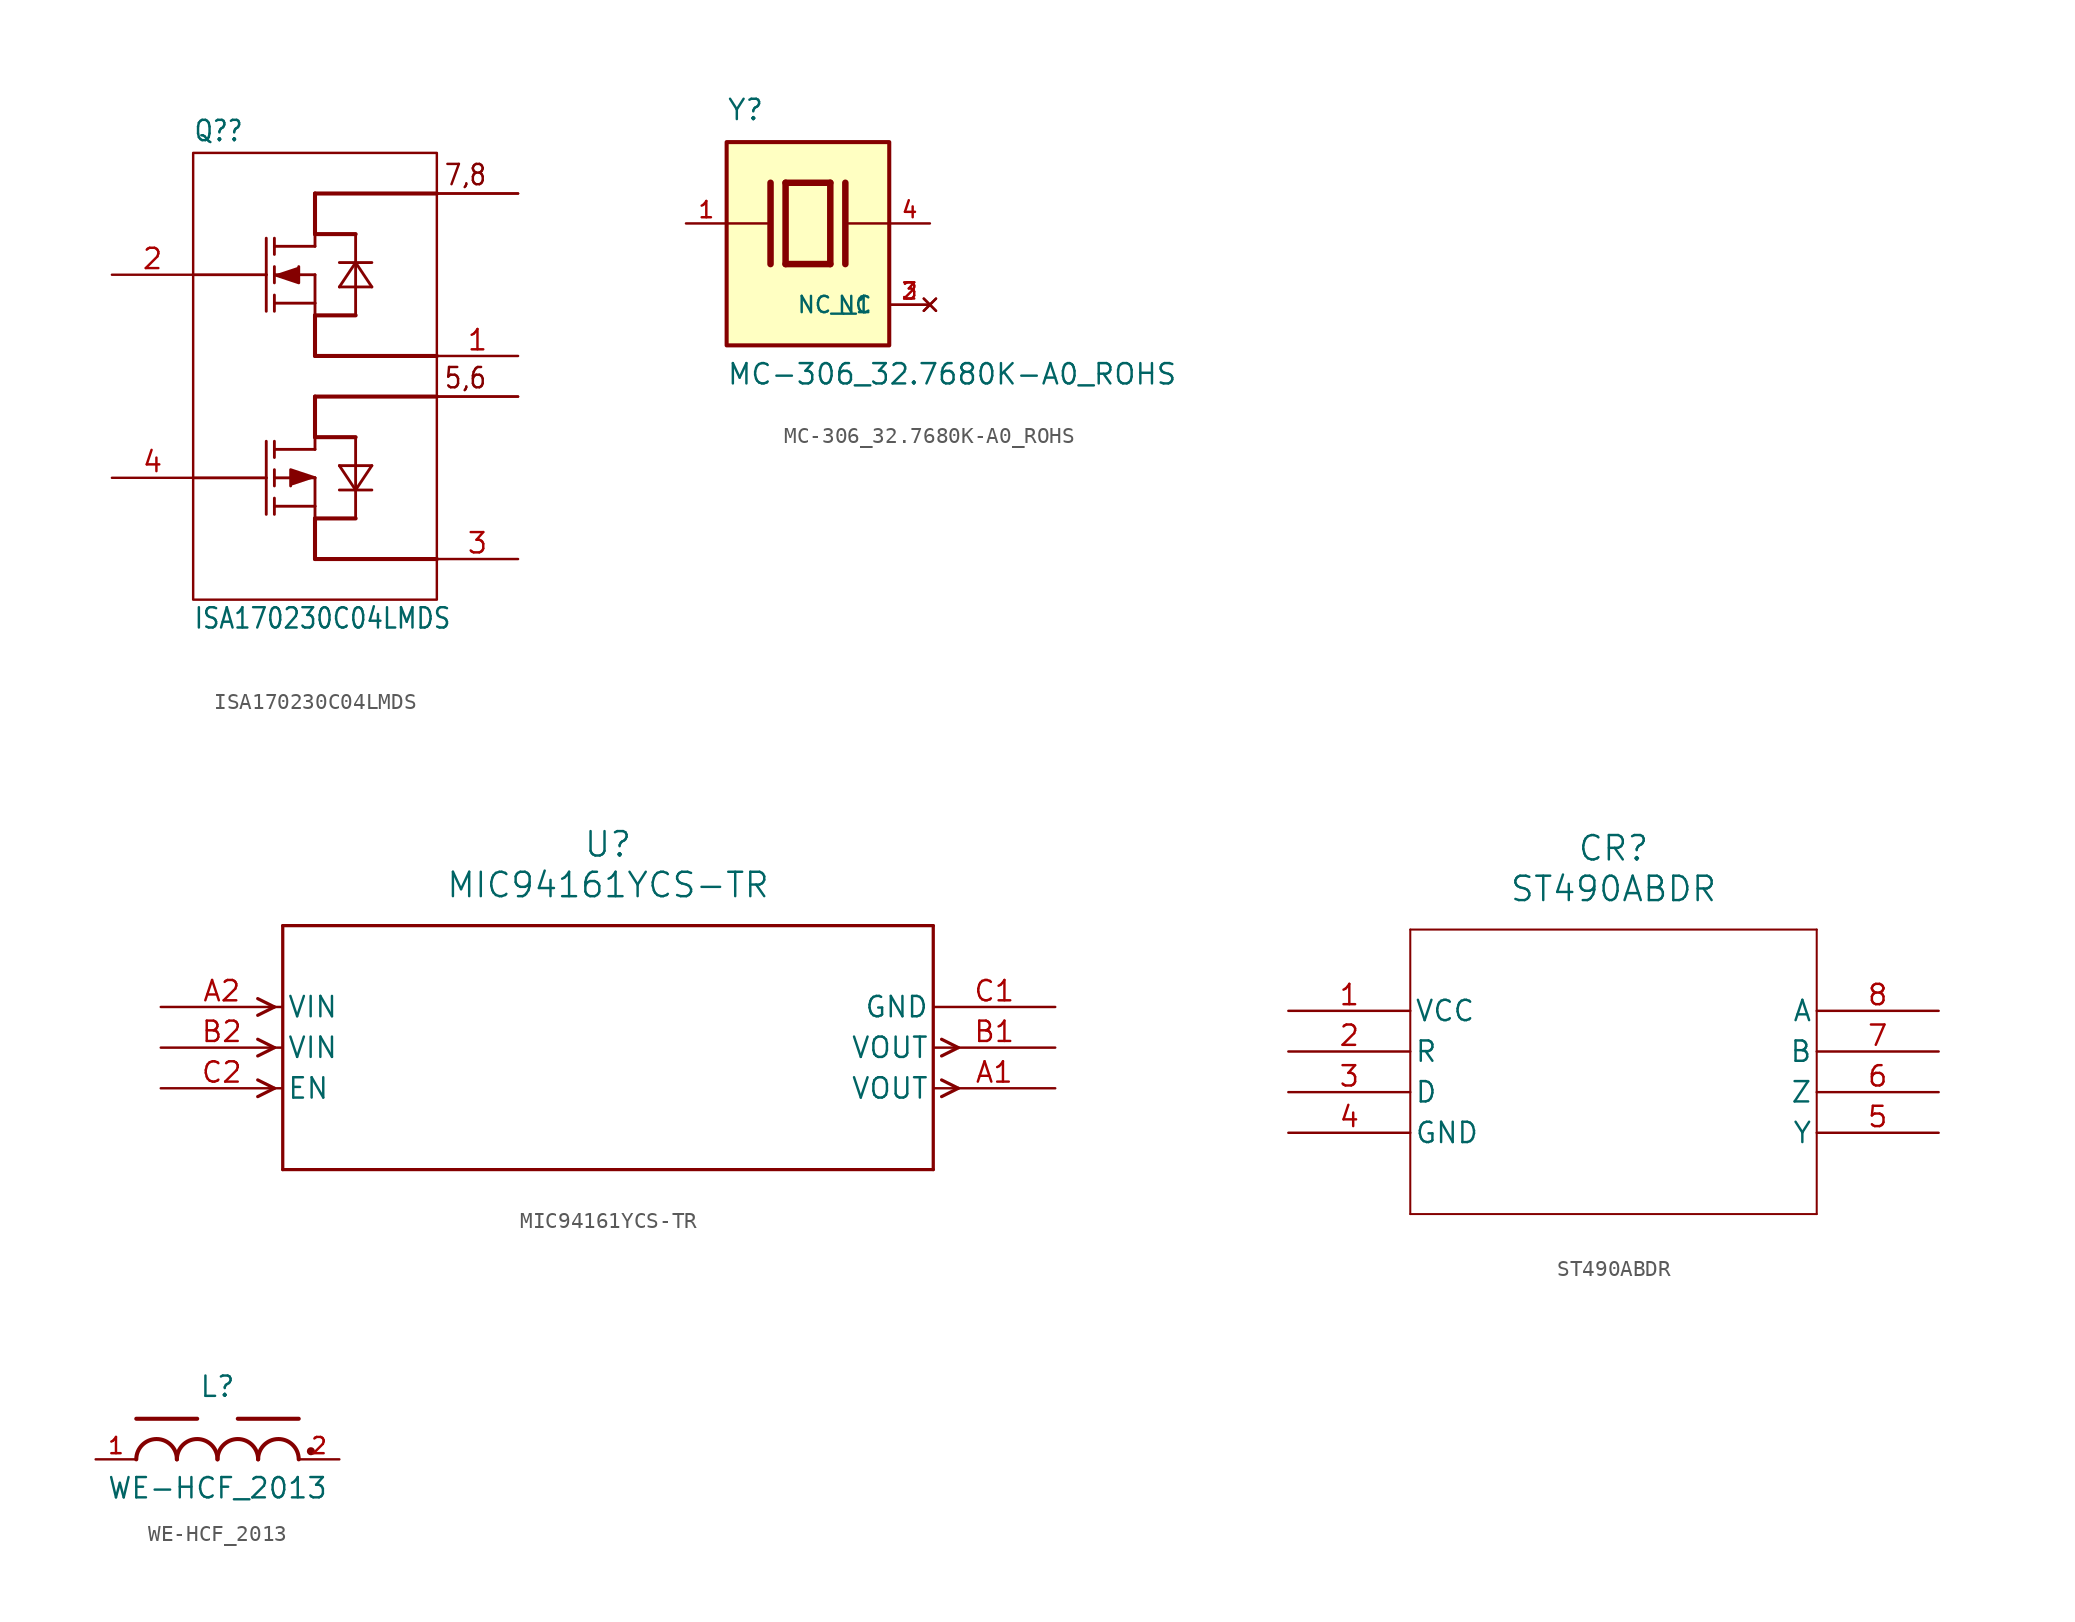
<source format=kicad_sym>
(kicad_symbol_lib
  (version 20241209)
  (generator "kicad_symbol_editor")
  (generator_version "9.0")
  (symbol "ISA170230C04LMDS"
    (property "Reference" "Q?"
      (at 0 0.635 0)
      (effects (font (size 1.27 1.079)) (justify left bottom)))
    (property "Value" "ISA170230C04LMDS"
      (at 0 -29.845 0)
      (effects (font (size 1.27 1.079)) (justify left bottom)))
    (symbol "ISA170230C04LMDS_0_1"
      (rectangle (start 0 0) (end 15.24 -27.94) (stroke (width 0) (type default)) (fill (type none))))
    (symbol "ISA170230C04LMDS_1_0"
      (polyline (pts (xy 4.572 -5.334) (xy 4.572 -7.62)) (stroke (width 0.178) (type solid)) (fill (type none)))
      (polyline (pts (xy 4.572 -7.62) (xy 0 -7.62)) (stroke (width 0.178) (type solid)) (fill (type none)))
      (polyline (pts (xy 4.572 -7.62) (xy 4.572 -9.906)) (stroke (width 0.178) (type solid)) (fill (type none)))
      (polyline (pts (xy 4.572 -18.034) (xy 4.572 -20.32)) (stroke (width 0.178) (type solid)) (fill (type none)))
      (polyline (pts (xy 4.572 -20.32) (xy 0 -20.32)) (stroke (width 0.178) (type solid)) (fill (type none)))
      (polyline (pts (xy 4.572 -20.32) (xy 4.572 -22.606)) (stroke (width 0.178) (type solid)) (fill (type none)))
      (polyline (pts (xy 5.08 -5.334) (xy 5.08 -5.842)) (stroke (width 0.178) (type solid)) (fill (type none)))
      (polyline (pts (xy 5.08 -5.842) (xy 5.08 -6.35)) (stroke (width 0.178) (type solid)) (fill (type none)))
      (polyline (pts (xy 5.08 -5.842) (xy 7.62 -5.842)) (stroke (width 0.178) (type solid)) (fill (type none)))
      (polyline (pts (xy 5.08 -7.112) (xy 5.08 -7.62)) (stroke (width 0.178) (type solid)) (fill (type none)))
      (polyline (pts (xy 5.08 -7.62) (xy 5.08 -8.128)) (stroke (width 0.178) (type solid)) (fill (type none)))
      (polyline (pts (xy 5.08 -7.62) (xy 7.62 -7.62)) (stroke (width 0.178) (type solid)) (fill (type none)))
      (polyline (pts (xy 5.08 -7.62) (xy 6.604 -8.128) (xy 6.604 -7.112)) (stroke (width 0.178) (type solid)) (fill (type outline)))
      (polyline (pts (xy 5.08 -8.89) (xy 5.08 -9.398)) (stroke (width 0.178) (type solid)) (fill (type none)))
      (polyline (pts (xy 5.08 -9.398) (xy 5.08 -9.906)) (stroke (width 0.178) (type solid)) (fill (type none)))
      (polyline (pts (xy 5.08 -9.398) (xy 7.62 -9.398)) (stroke (width 0.178) (type solid)) (fill (type none)))
      (polyline (pts (xy 5.08 -18.034) (xy 5.08 -18.542)) (stroke (width 0.178) (type solid)) (fill (type none)))
      (polyline (pts (xy 5.08 -18.542) (xy 5.08 -19.05)) (stroke (width 0.178) (type solid)) (fill (type none)))
      (polyline (pts (xy 5.08 -18.542) (xy 7.62 -18.542)) (stroke (width 0.178) (type solid)) (fill (type none)))
      (polyline (pts (xy 5.08 -19.812) (xy 5.08 -20.32)) (stroke (width 0.178) (type solid)) (fill (type none)))
      (polyline (pts (xy 5.08 -20.32) (xy 5.08 -20.828)) (stroke (width 0.178) (type solid)) (fill (type none)))
      (polyline (pts (xy 5.08 -20.32) (xy 7.62 -20.32)) (stroke (width 0.178) (type solid)) (fill (type none)))
      (polyline (pts (xy 5.08 -21.59) (xy 5.08 -22.098)) (stroke (width 0.178) (type solid)) (fill (type none)))
      (polyline (pts (xy 5.08 -22.098) (xy 5.08 -22.606)) (stroke (width 0.178) (type solid)) (fill (type none)))
      (polyline (pts (xy 5.08 -22.098) (xy 7.62 -22.098)) (stroke (width 0.178) (type solid)) (fill (type none)))
      (polyline (pts (xy 7.62 -2.54) (xy 15.24 -2.54)) (stroke (width 0.254) (type solid)) (fill (type none)))
      (polyline (pts (xy 7.62 -5.08) (xy 7.62 -2.54)) (stroke (width 0.254) (type solid)) (fill (type none)))
      (polyline (pts (xy 7.62 -5.08) (xy 10.16 -5.08)) (stroke (width 0.254) (type solid)) (fill (type none)))
      (polyline (pts (xy 7.62 -5.842) (xy 7.62 -5.08)) (stroke (width 0.178) (type solid)) (fill (type none)))
      (polyline (pts (xy 7.62 -7.62) (xy 7.62 -9.398)) (stroke (width 0.178) (type solid)) (fill (type none)))
      (polyline (pts (xy 7.62 -9.398) (xy 7.62 -10.16)) (stroke (width 0.178) (type solid)) (fill (type none)))
      (polyline (pts (xy 7.62 -10.16) (xy 7.62 -12.7)) (stroke (width 0.254) (type solid)) (fill (type none)))
      (polyline (pts (xy 7.62 -10.16) (xy 10.16 -10.16)) (stroke (width 0.254) (type solid)) (fill (type none)))
      (polyline (pts (xy 7.62 -12.7) (xy 15.24 -12.7)) (stroke (width 0.254) (type solid)) (fill (type none)))
      (polyline (pts (xy 7.62 -15.24) (xy 15.24 -15.24)) (stroke (width 0.254) (type solid)) (fill (type none)))
      (polyline (pts (xy 7.62 -17.78) (xy 7.62 -15.24)) (stroke (width 0.254) (type solid)) (fill (type none)))
      (polyline (pts (xy 7.62 -17.78) (xy 10.16 -17.78)) (stroke (width 0.254) (type solid)) (fill (type none)))
      (polyline (pts (xy 7.62 -18.542) (xy 7.62 -17.78)) (stroke (width 0.178) (type solid)) (fill (type none)))
      (polyline (pts (xy 7.62 -20.32) (xy 7.62 -22.098)) (stroke (width 0.178) (type solid)) (fill (type none)))
      (polyline (pts (xy 7.62 -20.32) (xy 6.096 -19.812) (xy 6.096 -20.828)) (stroke (width 0.178) (type solid)) (fill (type outline)))
      (polyline (pts (xy 7.62 -22.098) (xy 7.62 -22.86)) (stroke (width 0.178) (type solid)) (fill (type none)))
      (polyline (pts (xy 7.62 -22.86) (xy 7.62 -25.4)) (stroke (width 0.254) (type solid)) (fill (type none)))
      (polyline (pts (xy 7.62 -22.86) (xy 10.16 -22.86)) (stroke (width 0.254) (type solid)) (fill (type none)))
      (polyline (pts (xy 7.62 -25.4) (xy 15.24 -25.4)) (stroke (width 0.254) (type solid)) (fill (type none)))
      (polyline (pts (xy 9.144 -6.858) (xy 10.16 -6.858)) (stroke (width 0.178) (type solid)) (fill (type none)))
      (polyline (pts (xy 9.144 -8.382) (xy 11.176 -8.382)) (stroke (width 0.178) (type solid)) (fill (type none)))
      (polyline (pts (xy 9.144 -19.558) (xy 10.16 -21.082)) (stroke (width 0.178) (type solid)) (fill (type none)))
      (polyline (pts (xy 10.16 -5.08) (xy 10.16 -6.858)) (stroke (width 0.178) (type solid)) (fill (type none)))
      (polyline (pts (xy 10.16 -6.858) (xy 9.144 -8.382)) (stroke (width 0.178) (type solid)) (fill (type none)))
      (polyline (pts (xy 10.16 -6.858) (xy 10.16 -10.16)) (stroke (width 0.178) (type solid)) (fill (type none)))
      (polyline (pts (xy 10.16 -6.858) (xy 11.176 -6.858)) (stroke (width 0.178) (type solid)) (fill (type none)))
      (polyline (pts (xy 10.16 -21.082) (xy 9.144 -21.082)) (stroke (width 0.178) (type solid)) (fill (type none)))
      (polyline (pts (xy 10.16 -21.082) (xy 10.16 -17.78)) (stroke (width 0.178) (type solid)) (fill (type none)))
      (polyline (pts (xy 10.16 -21.082) (xy 11.176 -19.558)) (stroke (width 0.178) (type solid)) (fill (type none)))
      (polyline (pts (xy 10.16 -22.86) (xy 10.16 -21.082)) (stroke (width 0.178) (type solid)) (fill (type none)))
      (polyline (pts (xy 11.176 -8.382) (xy 10.16 -6.858)) (stroke (width 0.178) (type solid)) (fill (type none)))
      (polyline (pts (xy 11.176 -19.558) (xy 9.144 -19.558)) (stroke (width 0.178) (type solid)) (fill (type none)))
      (polyline (pts (xy 11.176 -21.082) (xy 10.16 -21.082)) (stroke (width 0.178) (type solid)) (fill (type none)))
      (text "7,8" (at 18.415 -0.635 0) (effects (font (size 1.27 1.079)) (justify right top)))
      (text "5,6" (at 18.415 -13.335 0) (effects (font (size 1.27 1.079)) (justify right top)))
      (pin passive line (at -5.08 -7.62 0) (length 5.08) (name "2" (effects (font (size 0 0)))) (number "2" (effects (font (size 1.27 1.27)))))
      (pin passive line (at -5.08 -20.32 0) (length 5.08) (name "4" (effects (font (size 0 0)))) (number "4" (effects (font (size 1.27 1.27)))))
      (pin passive line (at 20.32 -2.54 180) (length 5.08) (name "7" (effects (font (size 0 0)))) (number "7" (effects (font (size 0 0)))))
      (pin passive line (at 20.32 -2.54 180) (length 5.08) (name "8" (effects (font (size 0 0)))) (number "8" (effects (font (size 0 0)))))
      (pin passive line (at 20.32 -12.7 180) (length 5.08) (name "1" (effects (font (size 0 0)))) (number "1" (effects (font (size 1.27 1.27)))))
      (pin passive line (at 20.32 -15.24 180) (length 5.08) (name "5" (effects (font (size 0 0)))) (number "5" (effects (font (size 0 0)))))
      (pin passive line (at 20.32 -15.24 180) (length 5.08) (name "6" (effects (font (size 0 0)))) (number "6" (effects (font (size 0 0)))))
      (pin passive line (at 20.32 -25.4 180) (length 5.08) (name "3" (effects (font (size 0 0)))) (number "3" (effects (font (size 1.27 1.27)))))))
  (symbol "MC-306_32.7680K-A0_ROHS"
    (pin_names
      (offset 1.016))
    (property "Reference" "Y"
      (at -5.088 6.356 0)
      (effects (font (size 1.27 1.27)) (justify left bottom)))
    (property "Value" "MC-306_32.7680K-A0_ROHS"
      (at -5.094 -10.16 0)
      (effects (font (size 1.27 1.27)) (justify left bottom)))
    (symbol "MC-306_32.7680K-A0_ROHS_0_0"
      (polyline (pts (xy -5.08 0) (xy -2.54 0)) (stroke (width 0.152) (type default)) (fill (type none)))
      (rectangle (start -5.08 -7.62) (end 5.08 5.08) (stroke (width 0.254) (type default)) (fill (type background)))
      (polyline (pts (xy -2.337 2.54) (xy -2.337 -2.54)) (stroke (width 0.406) (type default)) (fill (type none)))
      (polyline (pts (xy -1.397 2.54) (xy -1.397 -2.54)) (stroke (width 0.406) (type default)) (fill (type none)))
      (polyline (pts (xy -1.397 2.54) (xy 1.397 2.54)) (stroke (width 0.406) (type default)) (fill (type none)))
      (polyline (pts (xy 1.397 2.54) (xy 1.397 -2.54)) (stroke (width 0.406) (type default)) (fill (type none)))
      (polyline (pts (xy 1.397 -2.54) (xy -1.397 -2.54)) (stroke (width 0.406) (type default)) (fill (type none)))
      (polyline (pts (xy 2.337 2.54) (xy 2.337 -2.54)) (stroke (width 0.406) (type default)) (fill (type none)))
      (polyline (pts (xy 2.54 0) (xy 5.08 0)) (stroke (width 0.152) (type default)) (fill (type none)))
      (pin passive line (at -7.62 0 0) (length 2.54) (name "~" (effects (font (size 1.016 1.016)))) (number "1" (effects (font (size 1.016 1.016)))))
      (pin passive line (at 7.62 0 180) (length 2.54) (name "~" (effects (font (size 1.016 1.016)))) (number "4" (effects (font (size 1.016 1.016)))))
      (pin no_connect line (at 7.62 -5.08 180) (length 2.54) (name "NC" (effects (font (size 1.016 1.016)))) (number "2" (effects (font (size 1.016 1.016)))))
      (pin no_connect line (at 7.62 -5.08 180) (length 2.54) (name "NC__1" (effects (font (size 1.016 1.016)))) (number "3" (effects (font (size 1.016 1.016)))))))
  (symbol "MIC94161YCS-TR"
    (pin_names
      (offset 0.254))
    (property "Reference" "U"
      (at 27.94 10.16 0)
      (effects (font (size 1.524 1.524))))
    (property "Value" "MIC94161YCS-TR"
      (at 27.94 7.62 0)
      (effects (font (size 1.524 1.524))))
    (property "ki_locked" ""
      (at 0 0 0)
      (effects (font (size 1.27 1.27))))
    (symbol "MIC94161YCS-TR_0_1"
      (polyline (pts (xy 7.099 0) (xy 6.058 0.521)) (stroke (width 0.203) (type default)) (fill (type none)))
      (polyline (pts (xy 7.099 0) (xy 6.058 -0.521)) (stroke (width 0.203) (type default)) (fill (type none)))
      (polyline (pts (xy 7.099 -2.54) (xy 6.058 -2.019)) (stroke (width 0.203) (type default)) (fill (type none)))
      (polyline (pts (xy 7.099 -2.54) (xy 6.058 -3.061)) (stroke (width 0.203) (type default)) (fill (type none)))
      (polyline (pts (xy 7.099 -5.08) (xy 6.058 -4.559)) (stroke (width 0.203) (type default)) (fill (type none)))
      (polyline (pts (xy 7.099 -5.08) (xy 6.058 -5.601)) (stroke (width 0.203) (type default)) (fill (type none)))
      (polyline (pts (xy 7.62 5.08) (xy 7.62 -10.16)) (stroke (width 0.203) (type default)) (fill (type none)))
      (polyline (pts (xy 7.62 -10.16) (xy 48.26 -10.16)) (stroke (width 0.203) (type default)) (fill (type none)))
      (polyline (pts (xy 48.26 5.08) (xy 7.62 5.08)) (stroke (width 0.203) (type default)) (fill (type none)))
      (polyline (pts (xy 48.26 -10.16) (xy 48.26 5.08)) (stroke (width 0.203) (type default)) (fill (type none)))
      (polyline (pts (xy 48.781 -2.019) (xy 49.822 -2.54)) (stroke (width 0.203) (type default)) (fill (type none)))
      (polyline (pts (xy 48.781 -3.061) (xy 49.822 -2.54)) (stroke (width 0.203) (type default)) (fill (type none)))
      (polyline (pts (xy 48.781 -4.559) (xy 49.822 -5.08)) (stroke (width 0.203) (type default)) (fill (type none)))
      (polyline (pts (xy 48.781 -5.601) (xy 49.822 -5.08)) (stroke (width 0.203) (type default)) (fill (type none)))
      (pin input line (at 0 0 0) (length 7.62) (name "VIN" (effects (font (size 1.27 1.27)))) (number "A2" (effects (font (size 1.27 1.27)))))
      (pin input line (at 0 -2.54 0) (length 7.62) (name "VIN" (effects (font (size 1.27 1.27)))) (number "B2" (effects (font (size 1.27 1.27)))))
      (pin input line (at 0 -5.08 0) (length 7.62) (name "EN" (effects (font (size 1.27 1.27)))) (number "C2" (effects (font (size 1.27 1.27)))))
      (pin power_in line (at 55.88 0 180) (length 7.62) (name "GND" (effects (font (size 1.27 1.27)))) (number "C1" (effects (font (size 1.27 1.27)))))
      (pin output line (at 55.88 -2.54 180) (length 7.62) (name "VOUT" (effects (font (size 1.27 1.27)))) (number "B1" (effects (font (size 1.27 1.27)))))
      (pin output line (at 55.88 -5.08 180) (length 7.62) (name "VOUT" (effects (font (size 1.27 1.27)))) (number "A1" (effects (font (size 1.27 1.27)))))))
  (symbol "ST490ABDR"
    (pin_names
      (offset 0.254))
    (property "Reference" "CR"
      (at 20.32 10.16 0)
      (effects (font (size 1.524 1.524))))
    (property "Value" "ST490ABDR"
      (at 20.32 7.62 0)
      (effects (font (size 1.524 1.524))))
    (property "ki_locked" ""
      (at 0 0 0)
      (effects (font (size 1.27 1.27))))
    (symbol "ST490ABDR_0_1"
      (polyline (pts (xy 7.62 5.08) (xy 7.62 -12.7)) (stroke (width 0.127) (type default)) (fill (type none)))
      (polyline (pts (xy 7.62 -12.7) (xy 33.02 -12.7)) (stroke (width 0.127) (type default)) (fill (type none)))
      (polyline (pts (xy 33.02 5.08) (xy 7.62 5.08)) (stroke (width 0.127) (type default)) (fill (type none)))
      (polyline (pts (xy 33.02 -12.7) (xy 33.02 5.08)) (stroke (width 0.127) (type default)) (fill (type none)))
      (pin power_in line (at 0 0 0) (length 7.62) (name "VCC" (effects (font (size 1.27 1.27)))) (number "1" (effects (font (size 1.27 1.27)))))
      (pin output line (at 0 -2.54 0) (length 7.62) (name "R" (effects (font (size 1.27 1.27)))) (number "2" (effects (font (size 1.27 1.27)))))
      (pin input line (at 0 -5.08 0) (length 7.62) (name "D" (effects (font (size 1.27 1.27)))) (number "3" (effects (font (size 1.27 1.27)))))
      (pin power_in line (at 0 -7.62 0) (length 7.62) (name "GND" (effects (font (size 1.27 1.27)))) (number "4" (effects (font (size 1.27 1.27)))))
      (pin input line (at 40.64 0 180) (length 7.62) (name "A" (effects (font (size 1.27 1.27)))) (number "8" (effects (font (size 1.27 1.27)))))
      (pin input line (at 40.64 -2.54 180) (length 7.62) (name "B" (effects (font (size 1.27 1.27)))) (number "7" (effects (font (size 1.27 1.27)))))
      (pin output line (at 40.64 -5.08 180) (length 7.62) (name "Z" (effects (font (size 1.27 1.27)))) (number "6" (effects (font (size 1.27 1.27)))))
      (pin output line (at 40.64 -7.62 180) (length 7.62) (name "Y" (effects (font (size 1.27 1.27)))) (number "5" (effects (font (size 1.27 1.27)))))))
  (symbol "WE-HCF_2013"
    (pin_names
      (offset 1.016))
    (property "Reference" "L"
      (at 0 3.81 0)
      (effects (font (size 1.27 1.27)) (justify bottom)))
    (property "Value" "WE-HCF_2013"
      (at 0 -2.54 0)
      (effects (font (size 1.27 1.27)) (justify bottom)))
    (symbol "WE-HCF_2013_0_0"
      (polyline (pts (xy -5.08 2.54) (xy -1.27 2.54)) (stroke (width 0.254) (type default)) (fill (type none)))
      (arc (start -5.08 0) (mid -3.81 1.2645) (end -2.54 0) (stroke (width 0.254) (type default)) (fill (type none)))
      (arc (start -2.54 0) (mid -1.27 1.2645) (end 0 0) (stroke (width 0.254) (type default)) (fill (type none)))
      (polyline (pts (xy 1.27 2.54) (xy 5.08 2.54)) (stroke (width 0.254) (type default)) (fill (type none)))
      (arc (start 0 0) (mid 1.27 1.2645) (end 2.54 0) (stroke (width 0.254) (type default)) (fill (type none)))
      (arc (start 2.54 0) (mid 3.81 1.2645) (end 5.08 0) (stroke (width 0.254) (type default)) (fill (type none)))
      (circle (center 5.842 0.508) (radius 0.127) (stroke (width 0.254) (type default)) (fill (type none)))
      (pin passive line (at -7.62 0 0) (length 2.54) (name "~" (effects (font (size 1.016 1.016)))) (number "1" (effects (font (size 1.016 1.016)))))
      (pin passive line (at 7.62 0 180) (length 2.54) (name "~" (effects (font (size 1.016 1.016)))) (number "2" (effects (font (size 1.016 1.016))))))))
</source>
